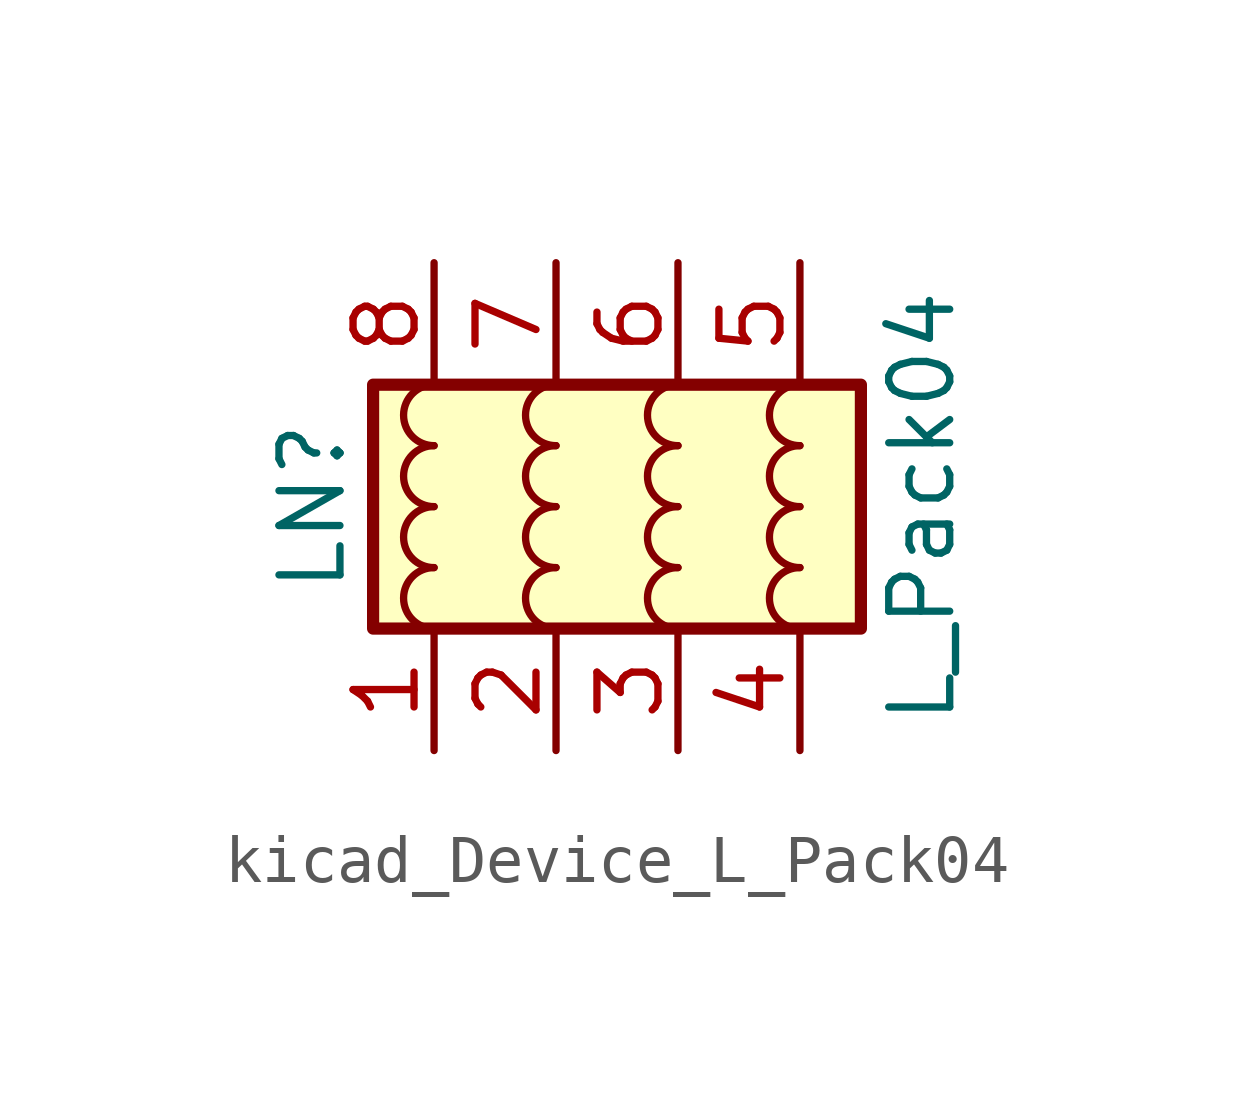
<source format=kicad_sym>
(kicad_symbol_lib
  (version 20220914)
  (generator kicad_symbol_editor)
  (symbol "kicad_Device_L_Pack04"
    (property "Reference" "LN"
      (at -7.62 0 90)
      (effects (font (size 1.27 1.27))))
    (property "Value" "L_Pack04"
      (at 5.08 0 90)
      (effects (font (size 1.27 1.27))))
    (symbol "kicad_Device_L_Pack04_0_1"
      (rectangle (start -6.35 2.54) (end 3.81 -2.54) (stroke (width 0.254) (type default)) (fill (type background))))
    (symbol "kicad_Device_L_Pack04_1_1"
      (arc (start -5.08 -1.27) (mid -5.7123 -1.905) (end -5.08 -2.54) (stroke (width 0) (type default)) (fill (type none)))
      (arc (start -5.08 0) (mid -5.7123 -0.635) (end -5.08 -1.27) (stroke (width 0) (type default)) (fill (type none)))
      (arc (start -5.08 1.27) (mid -5.7123 0.635) (end -5.08 0) (stroke (width 0) (type default)) (fill (type none)))
      (arc (start -5.08 2.54) (mid -5.7123 1.905) (end -5.08 1.27) (stroke (width 0) (type default)) (fill (type none)))
      (arc (start -2.54 -1.27) (mid -3.1723 -1.905) (end -2.54 -2.54) (stroke (width 0) (type default)) (fill (type none)))
      (arc (start -2.54 0) (mid -3.1723 -0.635) (end -2.54 -1.27) (stroke (width 0) (type default)) (fill (type none)))
      (arc (start -2.54 1.27) (mid -3.1723 0.635) (end -2.54 0) (stroke (width 0) (type default)) (fill (type none)))
      (arc (start -2.54 2.54) (mid -3.1723 1.905) (end -2.54 1.27) (stroke (width 0) (type default)) (fill (type none)))
      (arc (start 0 -1.27) (mid -0.6323 -1.905) (end 0 -2.54) (stroke (width 0) (type default)) (fill (type none)))
      (arc (start 0 0) (mid -0.6323 -0.635) (end 0 -1.27) (stroke (width 0) (type default)) (fill (type none)))
      (arc (start 0 1.27) (mid -0.6323 0.635) (end 0 0) (stroke (width 0) (type default)) (fill (type none)))
      (arc (start 0 2.54) (mid -0.6323 1.905) (end 0 1.27) (stroke (width 0) (type default)) (fill (type none)))
      (arc (start 2.54 -1.27) (mid 1.9077 -1.905) (end 2.54 -2.54) (stroke (width 0) (type default)) (fill (type none)))
      (arc (start 2.54 0) (mid 1.9077 -0.635) (end 2.54 -1.27) (stroke (width 0) (type default)) (fill (type none)))
      (arc (start 2.54 1.27) (mid 1.9077 0.635) (end 2.54 0) (stroke (width 0) (type default)) (fill (type none)))
      (arc (start 2.54 2.54) (mid 1.9077 1.905) (end 2.54 1.27) (stroke (width 0) (type default)) (fill (type none)))
      (pin passive line (at -5.08 -5.08 90) (length 2.54) (name "~" (effects (font (size 1.27 1.27)))) (number "1" (effects (font (size 1.27 1.27)))))
      (pin passive line (at -2.54 -5.08 90) (length 2.54) (name "~" (effects (font (size 1.27 1.27)))) (number "2" (effects (font (size 1.27 1.27)))))
      (pin passive line (at 0 -5.08 90) (length 2.54) (name "~" (effects (font (size 1.27 1.27)))) (number "3" (effects (font (size 1.27 1.27)))))
      (pin passive line (at 2.54 -5.08 90) (length 2.54) (name "~" (effects (font (size 1.27 1.27)))) (number "4" (effects (font (size 1.27 1.27)))))
      (pin passive line (at 2.54 5.08 270) (length 2.54) (name "~" (effects (font (size 1.27 1.27)))) (number "5" (effects (font (size 1.27 1.27)))))
      (pin passive line (at 0 5.08 270) (length 2.54) (name "~" (effects (font (size 1.27 1.27)))) (number "6" (effects (font (size 1.27 1.27)))))
      (pin passive line (at -2.54 5.08 270) (length 2.54) (name "~" (effects (font (size 1.27 1.27)))) (number "7" (effects (font (size 1.27 1.27)))))
      (pin passive line (at -5.08 5.08 270) (length 2.54) (name "~" (effects (font (size 1.27 1.27)))) (number "8" (effects (font (size 1.27 1.27))))))))
</source>
